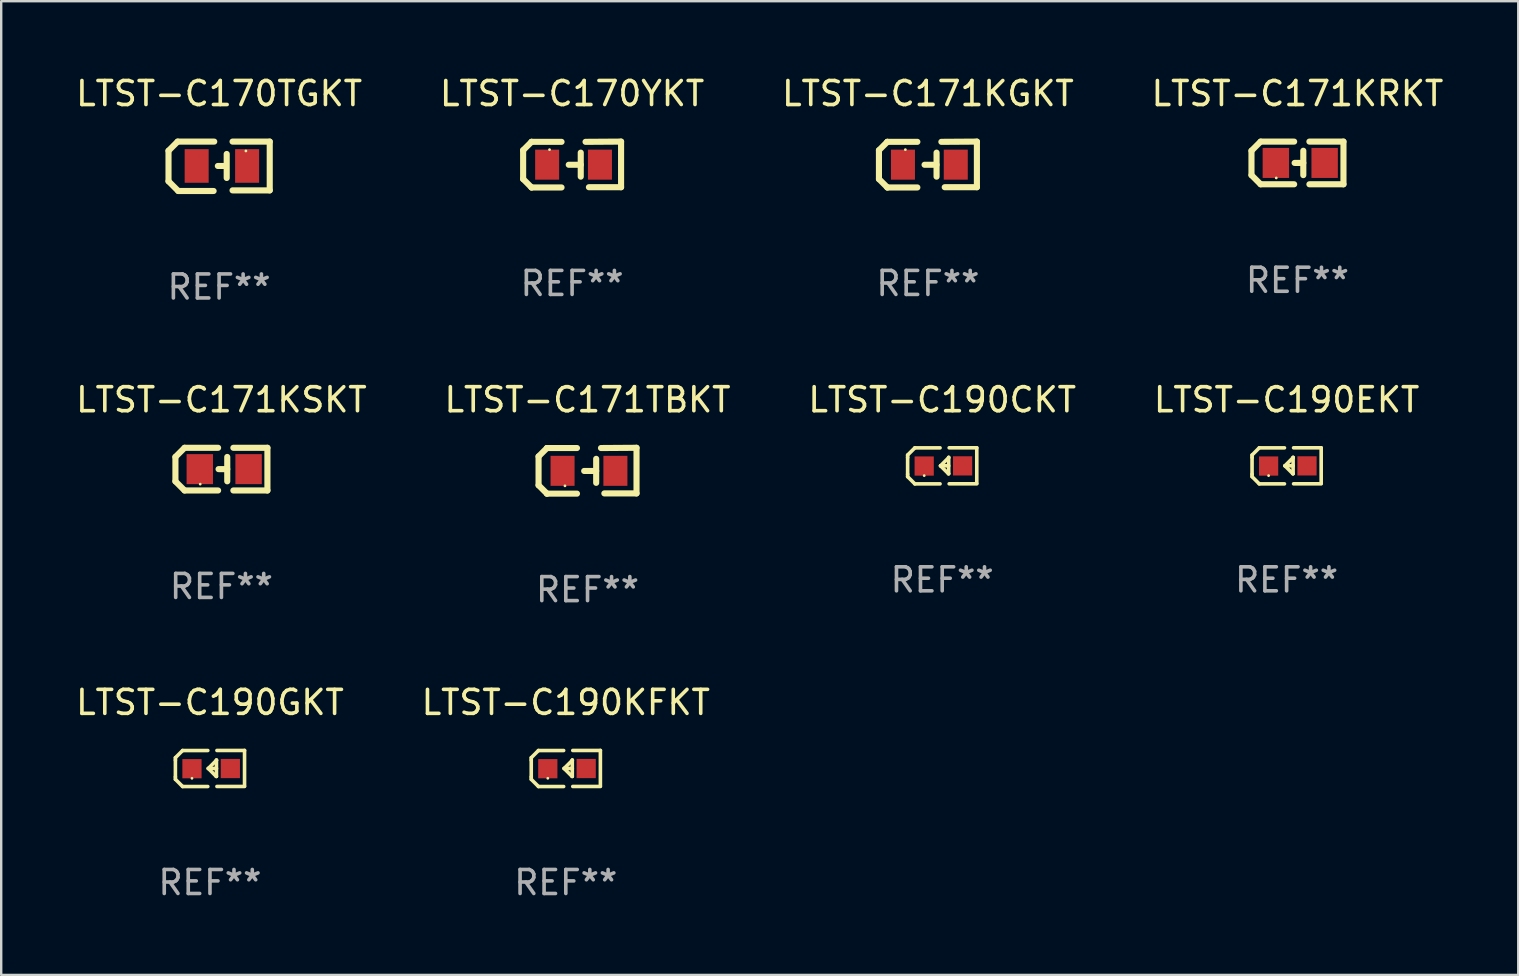
<source format=kicad_pcb>
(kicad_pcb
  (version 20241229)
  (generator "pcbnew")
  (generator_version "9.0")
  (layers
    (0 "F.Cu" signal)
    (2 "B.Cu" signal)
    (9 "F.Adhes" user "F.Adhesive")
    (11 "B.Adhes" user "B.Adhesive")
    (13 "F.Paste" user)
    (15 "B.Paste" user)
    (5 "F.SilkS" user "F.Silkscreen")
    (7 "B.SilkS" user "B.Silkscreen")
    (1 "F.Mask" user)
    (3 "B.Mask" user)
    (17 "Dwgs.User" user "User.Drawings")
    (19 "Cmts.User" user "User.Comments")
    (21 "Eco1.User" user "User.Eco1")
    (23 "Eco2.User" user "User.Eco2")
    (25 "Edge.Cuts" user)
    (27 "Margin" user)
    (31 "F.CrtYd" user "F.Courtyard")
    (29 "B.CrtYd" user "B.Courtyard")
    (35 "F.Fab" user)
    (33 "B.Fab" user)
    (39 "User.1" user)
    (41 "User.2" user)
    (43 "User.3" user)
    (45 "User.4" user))
  (footprint "LTST-C170TGKT"
    (layer "F.Cu")
    (at 6.077 3.877)
    (property "Reference" "LTST-C170TGKT" (at 0 -3.029 0) (layer "F.SilkS") (effects (font (size 1 1) (thickness 0.15))))
    (attr through_hole)
    (fp_line (start -2.108 -0.648) (end -1.727 -1.029) (stroke (width 0.254) (type solid)) (layer "F.SilkS"))
    (fp_line (start -2.108 0.622) (end -2.108 -0.648) (stroke (width 0.254) (type solid)) (layer "F.SilkS"))
    (fp_line (start -1.727 -1.029) (end -0.203 -1.029) (stroke (width 0.254) (type solid)) (layer "F.SilkS"))
    (fp_line (start -1.702 1.029) (end -2.108 0.622) (stroke (width 0.254) (type solid)) (layer "F.SilkS"))
    (fp_line (start -0.229 1.029) (end -1.702 1.029) (stroke (width 0.254) (type solid)) (layer "F.SilkS"))
    (fp_line (start 0.216 -0.014) (end -0.053 -0.014) (stroke (width 0.254) (type solid)) (layer "F.SilkS"))
    (fp_line (start 0.316 -0.514) (end 0.316 0.486) (stroke (width 0.254) (type solid)) (layer "F.SilkS"))
    (fp_line (start 0.559 1.003) (end 2.108 1.003) (stroke (width 0.254) (type solid)) (layer "F.SilkS"))
    (fp_line (start 2.108 -1.029) (end 0.559 -1.029) (stroke (width 0.254) (type solid)) (layer "F.SilkS"))
    (fp_line (start 2.108 1.003) (end 2.108 -1.029) (stroke (width 0.254) (type solid)) (layer "F.SilkS"))
    (fp_circle (center 1.116 -0.639) (end 1.146 -0.639) (stroke (width 0.06) (type solid)) (fill no) (layer "F.SilkS"))
    (fp_text user "REF**" (at 0 5.029 0) (layer "F.Fab") (effects (font (size 1 1) (thickness 0.15))))
    (pad "1" smd rect (at 1.166 -0.014 180) (size 1 1.4) (layers "F.Cu" "F.Mask" "F.Paste"))
    (pad "2" smd rect (at -0.935 -0.014 180) (size 1 1.4) (layers "F.Cu" "F.Mask" "F.Paste")))
  (footprint "LTST-C171KSKT"
    (layer "F.Cu")
    (at 6.173 16.491)
    (property "Reference" "LTST-C171KSKT" (at 0 -2.889 0) (layer "F.SilkS") (effects (font (size 1 1) (thickness 0.15))))
    (attr through_hole)
    (fp_line (start -1.916 -0.508) (end -1.535 -0.889) (stroke (width 0.254) (type solid)) (layer "F.SilkS"))
    (fp_line (start -1.916 0.508) (end -1.916 -0.508) (stroke (width 0.254) (type solid)) (layer "F.SilkS"))
    (fp_line (start -1.535 0.889) (end -1.916 0.508) (stroke (width 0.254) (type solid)) (layer "F.SilkS"))
    (fp_line (start -0.138 -0.889) (end -1.535 -0.889) (stroke (width 0.254) (type solid)) (layer "F.SilkS"))
    (fp_line (start -0.138 0.889) (end -1.535 0.889) (stroke (width 0.254) (type solid)) (layer "F.SilkS"))
    (fp_line (start 0.243 -0.001) (end -0.119 -0.000051) (stroke (width 0.254) (type solid)) (layer "F.SilkS"))
    (fp_line (start 0.243 0.508) (end 0.243 -0.508) (stroke (width 0.254) (type solid)) (layer "F.SilkS"))
    (fp_line (start 0.497 -0.889) (end 1.916 -0.889) (stroke (width 0.254) (type solid)) (layer "F.SilkS"))
    (fp_line (start 1.916 -0.889) (end 1.916 0.889) (stroke (width 0.254) (type solid)) (layer "F.SilkS"))
    (fp_line (start 1.916 0.889) (end 0.497 0.889) (stroke (width 0.254) (type solid)) (layer "F.SilkS"))
    (fp_circle (center -0.884 0.625) (end -0.854 0.625) (stroke (width 0.06) (type solid)) (fill no) (layer "F.SilkS"))
    (fp_text user "REF**" (at 0 4.889 0) (layer "F.Fab") (effects (font (size 1 1) (thickness 0.15))))
    (pad "1" smd rect (at -0.9 0) (size 1.1 1.25) (layers "F.Cu" "F.Mask" "F.Paste"))
    (pad "2" smd rect (at 1.132 0) (size 1.1 1.25) (layers "F.Cu" "F.Mask" "F.Paste")))
  (footprint "LTST-C171KGKT"
    (layer "F.Cu")
    (at 35.601 3.803)
    (property "Reference" "LTST-C171KGKT" (at 0 -2.955 0) (layer "F.SilkS") (effects (font (size 1 1) (thickness 0.15))))
    (attr through_hole)
    (fp_line (start -2.04 -0.595) (end -2.04 0.605) (stroke (width 0.254) (type solid)) (layer "F.SilkS"))
    (fp_line (start -1.69 -0.945) (end -1.69 -0.945) (stroke (width 0.254) (type solid)) (layer "F.SilkS"))
    (fp_line (start -1.69 -0.945) (end -2.04 -0.595) (stroke (width 0.254) (type solid)) (layer "F.SilkS"))
    (fp_line (start -1.69 0.955) (end -2.04 0.605) (stroke (width 0.254) (type solid)) (layer "F.SilkS"))
    (fp_line (start -1.69 0.955) (end -1.69 0.955) (stroke (width 0.254) (type solid)) (layer "F.SilkS"))
    (fp_line (start -0.44 -0.945) (end -1.69 -0.945) (stroke (width 0.254) (type solid)) (layer "F.SilkS"))
    (fp_line (start -0.44 0.955) (end -1.69 0.955) (stroke (width 0.254) (type solid)) (layer "F.SilkS"))
    (fp_line (start 0.36 -0.495) (end 0.36 0.505) (stroke (width 0.254) (type solid)) (layer "F.SilkS"))
    (fp_line (start 0.36 0.01) (end -0.14 0.01) (stroke (width 0.254) (type solid)) (layer "F.SilkS"))
    (fp_line (start 0.56 -0.945) (end 2.04 -0.955) (stroke (width 0.254) (type solid)) (layer "F.SilkS"))
    (fp_line (start 0.7 0.945) (end 2.04 0.945) (stroke (width 0.254) (type solid)) (layer "F.SilkS"))
    (fp_line (start 2.04 -0.955) (end 2.04 0.945) (stroke (width 0.254) (type solid)) (layer "F.SilkS"))
    (fp_circle (center -0.94 -0.62) (end -0.91 -0.62) (stroke (width 0.06) (type solid)) (fill no) (layer "F.SilkS"))
    (fp_text user "REF**" (at 0 4.955 0) (layer "F.Fab") (effects (font (size 1 1) (thickness 0.15))))
    (pad "1" smd rect (at -1.04 0.005 180) (size 1 1.25) (layers "F.Cu" "F.Mask" "F.Paste"))
    (pad "2" smd rect (at 1.16 0.005 180) (size 1 1.25) (layers "F.Cu" "F.Mask" "F.Paste")))
  (footprint "LTST-C171TBKT"
    (layer "F.Cu")
    (at 21.423 16.557)
    (property "Reference" "LTST-C171TBKT" (at 0 -2.955 0) (layer "F.SilkS") (effects (font (size 1 1) (thickness 0.15))))
    (attr through_hole)
    (fp_line (start -2.04 -0.595) (end -2.04 0.605) (stroke (width 0.254) (type solid)) (layer "F.SilkS"))
    (fp_line (start -1.69 -0.945) (end -1.69 -0.945) (stroke (width 0.254) (type solid)) (layer "F.SilkS"))
    (fp_line (start -1.69 -0.945) (end -2.04 -0.595) (stroke (width 0.254) (type solid)) (layer "F.SilkS"))
    (fp_line (start -1.69 0.955) (end -2.04 0.605) (stroke (width 0.254) (type solid)) (layer "F.SilkS"))
    (fp_line (start -1.69 0.955) (end -1.69 0.955) (stroke (width 0.254) (type solid)) (layer "F.SilkS"))
    (fp_line (start -0.44 -0.945) (end -1.69 -0.945) (stroke (width 0.254) (type solid)) (layer "F.SilkS"))
    (fp_line (start -0.44 0.955) (end -1.69 0.955) (stroke (width 0.254) (type solid)) (layer "F.SilkS"))
    (fp_line (start 0.36 -0.495) (end 0.36 0.505) (stroke (width 0.254) (type solid)) (layer "F.SilkS"))
    (fp_line (start 0.36 0.01) (end -0.14 0.01) (stroke (width 0.254) (type solid)) (layer "F.SilkS"))
    (fp_line (start 0.56 -0.945) (end 2.04 -0.955) (stroke (width 0.254) (type solid)) (layer "F.SilkS"))
    (fp_line (start 0.7 0.945) (end 2.04 0.945) (stroke (width 0.254) (type solid)) (layer "F.SilkS"))
    (fp_line (start 2.04 -0.955) (end 2.04 0.945) (stroke (width 0.254) (type solid)) (layer "F.SilkS"))
    (fp_circle (center -0.94 0.63) (end -0.91 0.63) (stroke (width 0.06) (type solid)) (fill no) (layer "F.SilkS"))
    (fp_text user "REF**" (at 0 4.955 0) (layer "F.Fab") (effects (font (size 1 1) (thickness 0.15))))
    (pad "1" smd rect (at -1.04 0.005 180) (size 1 1.25) (layers "F.Cu" "F.Mask" "F.Paste"))
    (pad "2" smd rect (at 1.16 0.005 180) (size 1 1.25) (layers "F.Cu" "F.Mask" "F.Paste")))
  (footprint "LTST-C190EKT"
    (layer "F.Cu")
    (at 50.542 16.353)
    (property "Reference" "LTST-C190EKT" (at 0 -2.751 0) (layer "F.SilkS") (effects (font (size 1 1) (thickness 0.15))))
    (attr through_hole)
    (fp_line (start -1.44 -0.449) (end -1.14 -0.749) (stroke (width 0.15) (type solid)) (layer "F.SilkS"))
    (fp_line (start -1.44 -0.349) (end -1.44 -0.449) (stroke (width 0.15) (type solid)) (layer "F.SilkS"))
    (fp_line (start -1.44 -0.349) (end -1.44 0.351) (stroke (width 0.15) (type solid)) (layer "F.SilkS"))
    (fp_line (start -1.44 0.351) (end -1.44 0.451) (stroke (width 0.15) (type solid)) (layer "F.SilkS"))
    (fp_line (start -1.44 0.451) (end -1.14 0.751) (stroke (width 0.15) (type solid)) (layer "F.SilkS"))
    (fp_line (start -0.09 -0.749) (end -1.14 -0.749) (stroke (width 0.15) (type solid)) (layer "F.SilkS"))
    (fp_line (start -0.09 0.751) (end -1.14 0.751) (stroke (width 0.15) (type solid)) (layer "F.SilkS"))
    (fp_line (start 0.26 0.329) (end -0.07 -0.001) (stroke (width 0.15) (type solid)) (layer "F.SilkS"))
    (fp_line (start 0.27 -0.351) (end 0.27 -0.341) (stroke (width 0.15) (type solid)) (layer "F.SilkS"))
    (fp_line (start 0.27 -0.351) (end 0.27 0.329) (stroke (width 0.15) (type solid)) (layer "F.SilkS"))
    (fp_line (start 0.27 -0.341) (end -0.07 -0.001) (stroke (width 0.15) (type solid)) (layer "F.SilkS"))
    (fp_line (start 0.27 -0.001) (end -0.07 -0.001) (stroke (width 0.15) (type solid)) (layer "F.SilkS"))
    (fp_line (start 0.27 0.329) (end 0.26 0.329) (stroke (width 0.15) (type solid)) (layer "F.SilkS"))
    (fp_line (start 0.29 -0.751) (end 1.44 -0.751) (stroke (width 0.15) (type solid)) (layer "F.SilkS"))
    (fp_line (start 0.29 0.749) (end 1.44 0.749) (stroke (width 0.15) (type solid)) (layer "F.SilkS"))
    (fp_line (start 1.44 -0.751) (end 1.44 0.729) (stroke (width 0.15) (type solid)) (layer "F.SilkS"))
    (fp_circle (center -0.75 0.409) (end -0.72 0.409) (stroke (width 0.06) (type solid)) (fill no) (layer "F.SilkS"))
    (fp_text user "REF**" (at 0 4.751 0) (layer "F.Fab") (effects (font (size 1 1) (thickness 0.15))))
    (pad "1" smd rect (at -0.75 0.009 90) (size 0.8 0.8) (layers "F.Cu" "F.Mask" "F.Paste"))
    (pad "2" smd rect (at 0.849 0.002 90) (size 0.8 0.8) (layers "F.Cu" "F.Mask" "F.Paste")))
  (footprint "LTST-C190KFKT"
    (layer "F.Cu")
    (at 20.518 28.96)
    (property "Reference" "LTST-C190KFKT" (at 0 -2.751 0) (layer "F.SilkS") (effects (font (size 1 1) (thickness 0.15))))
    (attr through_hole)
    (fp_line (start -1.44 -0.449) (end -1.14 -0.749) (stroke (width 0.15) (type solid)) (layer "F.SilkS"))
    (fp_line (start -1.44 -0.349) (end -1.44 -0.449) (stroke (width 0.15) (type solid)) (layer "F.SilkS"))
    (fp_line (start -1.44 -0.349) (end -1.44 0.351) (stroke (width 0.15) (type solid)) (layer "F.SilkS"))
    (fp_line (start -1.44 0.351) (end -1.44 0.451) (stroke (width 0.15) (type solid)) (layer "F.SilkS"))
    (fp_line (start -1.44 0.451) (end -1.14 0.751) (stroke (width 0.15) (type solid)) (layer "F.SilkS"))
    (fp_line (start -0.09 -0.749) (end -1.14 -0.749) (stroke (width 0.15) (type solid)) (layer "F.SilkS"))
    (fp_line (start -0.09 0.751) (end -1.14 0.751) (stroke (width 0.15) (type solid)) (layer "F.SilkS"))
    (fp_line (start 0.26 0.329) (end -0.07 -0.001) (stroke (width 0.15) (type solid)) (layer "F.SilkS"))
    (fp_line (start 0.27 -0.351) (end 0.27 -0.341) (stroke (width 0.15) (type solid)) (layer "F.SilkS"))
    (fp_line (start 0.27 -0.351) (end 0.27 0.329) (stroke (width 0.15) (type solid)) (layer "F.SilkS"))
    (fp_line (start 0.27 -0.341) (end -0.07 -0.001) (stroke (width 0.15) (type solid)) (layer "F.SilkS"))
    (fp_line (start 0.27 -0.001) (end -0.07 -0.001) (stroke (width 0.15) (type solid)) (layer "F.SilkS"))
    (fp_line (start 0.27 0.329) (end 0.26 0.329) (stroke (width 0.15) (type solid)) (layer "F.SilkS"))
    (fp_line (start 0.29 -0.751) (end 1.44 -0.751) (stroke (width 0.15) (type solid)) (layer "F.SilkS"))
    (fp_line (start 0.29 0.749) (end 1.44 0.749) (stroke (width 0.15) (type solid)) (layer "F.SilkS"))
    (fp_line (start 1.44 -0.751) (end 1.44 0.729) (stroke (width 0.15) (type solid)) (layer "F.SilkS"))
    (fp_circle (center -0.75 0.409) (end -0.72 0.409) (stroke (width 0.06) (type solid)) (fill no) (layer "F.SilkS"))
    (fp_text user "REF**" (at 0 4.751 0) (layer "F.Fab") (effects (font (size 1 1) (thickness 0.15))))
    (pad "1" smd rect (at -0.75 0.009 90) (size 0.8 0.8) (layers "F.Cu" "F.Mask" "F.Paste"))
    (pad "2" smd rect (at 0.849 0.002 90) (size 0.8 0.8) (layers "F.Cu" "F.Mask" "F.Paste")))
  (footprint "LTST-C190GKT"
    (layer "F.Cu")
    (at 5.696 28.96)
    (property "Reference" "LTST-C190GKT" (at 0 -2.751 0) (layer "F.SilkS") (effects (font (size 1 1) (thickness 0.15))))
    (attr through_hole)
    (fp_line (start -1.44 -0.449) (end -1.14 -0.749) (stroke (width 0.15) (type solid)) (layer "F.SilkS"))
    (fp_line (start -1.44 -0.349) (end -1.44 -0.449) (stroke (width 0.15) (type solid)) (layer "F.SilkS"))
    (fp_line (start -1.44 -0.349) (end -1.44 0.351) (stroke (width 0.15) (type solid)) (layer "F.SilkS"))
    (fp_line (start -1.44 0.351) (end -1.44 0.451) (stroke (width 0.15) (type solid)) (layer "F.SilkS"))
    (fp_line (start -1.44 0.451) (end -1.14 0.751) (stroke (width 0.15) (type solid)) (layer "F.SilkS"))
    (fp_line (start -0.09 -0.749) (end -1.14 -0.749) (stroke (width 0.15) (type solid)) (layer "F.SilkS"))
    (fp_line (start -0.09 0.751) (end -1.14 0.751) (stroke (width 0.15) (type solid)) (layer "F.SilkS"))
    (fp_line (start 0.26 0.329) (end -0.07 -0.001) (stroke (width 0.15) (type solid)) (layer "F.SilkS"))
    (fp_line (start 0.27 -0.351) (end 0.27 -0.341) (stroke (width 0.15) (type solid)) (layer "F.SilkS"))
    (fp_line (start 0.27 -0.351) (end 0.27 0.329) (stroke (width 0.15) (type solid)) (layer "F.SilkS"))
    (fp_line (start 0.27 -0.341) (end -0.07 -0.001) (stroke (width 0.15) (type solid)) (layer "F.SilkS"))
    (fp_line (start 0.27 -0.001) (end -0.07 -0.001) (stroke (width 0.15) (type solid)) (layer "F.SilkS"))
    (fp_line (start 0.27 0.329) (end 0.26 0.329) (stroke (width 0.15) (type solid)) (layer "F.SilkS"))
    (fp_line (start 0.29 -0.751) (end 1.44 -0.751) (stroke (width 0.15) (type solid)) (layer "F.SilkS"))
    (fp_line (start 0.29 0.749) (end 1.44 0.749) (stroke (width 0.15) (type solid)) (layer "F.SilkS"))
    (fp_line (start 1.44 -0.751) (end 1.44 0.729) (stroke (width 0.15) (type solid)) (layer "F.SilkS"))
    (fp_circle (center -0.75 0.409) (end -0.72 0.409) (stroke (width 0.06) (type solid)) (fill no) (layer "F.SilkS"))
    (fp_text user "REF**" (at 0 4.751 0) (layer "F.Fab") (effects (font (size 1 1) (thickness 0.15))))
    (pad "1" smd rect (at -0.75 0.009 90) (size 0.8 0.8) (layers "F.Cu" "F.Mask" "F.Paste"))
    (pad "2" smd rect (at 0.849 0.002 90) (size 0.8 0.8) (layers "F.Cu" "F.Mask" "F.Paste")))
  (footprint "LTST-C171KRKT"
    (layer "F.Cu")
    (at 50.994 3.737)
    (property "Reference" "LTST-C171KRKT" (at 0 -2.889 0) (layer "F.SilkS") (effects (font (size 1 1) (thickness 0.15))))
    (attr through_hole)
    (fp_line (start -1.916 -0.508) (end -1.535 -0.889) (stroke (width 0.254) (type solid)) (layer "F.SilkS"))
    (fp_line (start -1.916 0.508) (end -1.916 -0.508) (stroke (width 0.254) (type solid)) (layer "F.SilkS"))
    (fp_line (start -1.535 0.889) (end -1.916 0.508) (stroke (width 0.254) (type solid)) (layer "F.SilkS"))
    (fp_line (start -0.138 -0.889) (end -1.535 -0.889) (stroke (width 0.254) (type solid)) (layer "F.SilkS"))
    (fp_line (start -0.138 0.889) (end -1.535 0.889) (stroke (width 0.254) (type solid)) (layer "F.SilkS"))
    (fp_line (start 0.243 -0.001) (end -0.119 -0.000051) (stroke (width 0.254) (type solid)) (layer "F.SilkS"))
    (fp_line (start 0.243 0.508) (end 0.243 -0.508) (stroke (width 0.254) (type solid)) (layer "F.SilkS"))
    (fp_line (start 0.497 -0.889) (end 1.916 -0.889) (stroke (width 0.254) (type solid)) (layer "F.SilkS"))
    (fp_line (start 1.916 -0.889) (end 1.916 0.889) (stroke (width 0.254) (type solid)) (layer "F.SilkS"))
    (fp_line (start 1.916 0.889) (end 0.497 0.889) (stroke (width 0.254) (type solid)) (layer "F.SilkS"))
    (fp_circle (center -0.884 0.625) (end -0.854 0.625) (stroke (width 0.06) (type solid)) (fill no) (layer "F.SilkS"))
    (fp_text user "REF**" (at 0 4.889 0) (layer "F.Fab") (effects (font (size 1 1) (thickness 0.15))))
    (pad "1" smd rect (at -0.9 -0.000076) (size 1.1 1.25) (layers "F.Cu" "F.Mask" "F.Paste"))
    (pad "2" smd rect (at 1.132 -0.000076) (size 1.1 1.25) (layers "F.Cu" "F.Mask" "F.Paste")))
  (footprint "LTST-C170YKT"
    (layer "F.Cu")
    (at 20.78 3.803)
    (property "Reference" "LTST-C170YKT" (at 0 -2.955 0) (layer "F.SilkS") (effects (font (size 1 1) (thickness 0.15))))
    (attr through_hole)
    (fp_line (start -2.04 -0.595) (end -2.04 0.605) (stroke (width 0.254) (type solid)) (layer "F.SilkS"))
    (fp_line (start -1.69 -0.945) (end -1.69 -0.945) (stroke (width 0.254) (type solid)) (layer "F.SilkS"))
    (fp_line (start -1.69 -0.945) (end -2.04 -0.595) (stroke (width 0.254) (type solid)) (layer "F.SilkS"))
    (fp_line (start -1.69 0.955) (end -2.04 0.605) (stroke (width 0.254) (type solid)) (layer "F.SilkS"))
    (fp_line (start -1.69 0.955) (end -1.69 0.955) (stroke (width 0.254) (type solid)) (layer "F.SilkS"))
    (fp_line (start -0.44 -0.945) (end -1.69 -0.945) (stroke (width 0.254) (type solid)) (layer "F.SilkS"))
    (fp_line (start -0.44 0.955) (end -1.69 0.955) (stroke (width 0.254) (type solid)) (layer "F.SilkS"))
    (fp_line (start 0.36 -0.495) (end 0.36 0.505) (stroke (width 0.254) (type solid)) (layer "F.SilkS"))
    (fp_line (start 0.36 0.01) (end -0.14 0.01) (stroke (width 0.254) (type solid)) (layer "F.SilkS"))
    (fp_line (start 0.56 -0.945) (end 2.04 -0.955) (stroke (width 0.254) (type solid)) (layer "F.SilkS"))
    (fp_line (start 0.7 0.945) (end 2.04 0.945) (stroke (width 0.254) (type solid)) (layer "F.SilkS"))
    (fp_line (start 2.04 -0.955) (end 2.04 0.945) (stroke (width 0.254) (type solid)) (layer "F.SilkS"))
    (fp_circle (center -0.94 -0.62) (end -0.91 -0.62) (stroke (width 0.06) (type solid)) (fill no) (layer "F.SilkS"))
    (fp_text user "REF**" (at 0 4.955 0) (layer "F.Fab") (effects (font (size 1 1) (thickness 0.15))))
    (pad "1" smd rect (at -1.04 0.005 180) (size 1 1.25) (layers "F.Cu" "F.Mask" "F.Paste"))
    (pad "2" smd rect (at 1.16 0.005 180) (size 1 1.25) (layers "F.Cu" "F.Mask" "F.Paste")))
  (footprint "LTST-C190CKT"
    (layer "F.Cu")
    (at 36.196 16.353)
    (property "Reference" "LTST-C190CKT" (at 0 -2.751 0) (layer "F.SilkS") (effects (font (size 1 1) (thickness 0.15))))
    (attr through_hole)
    (fp_line (start -1.44 -0.449) (end -1.14 -0.749) (stroke (width 0.15) (type solid)) (layer "F.SilkS"))
    (fp_line (start -1.44 -0.349) (end -1.44 -0.449) (stroke (width 0.15) (type solid)) (layer "F.SilkS"))
    (fp_line (start -1.44 -0.349) (end -1.44 0.351) (stroke (width 0.15) (type solid)) (layer "F.SilkS"))
    (fp_line (start -1.44 0.351) (end -1.44 0.451) (stroke (width 0.15) (type solid)) (layer "F.SilkS"))
    (fp_line (start -1.44 0.451) (end -1.14 0.751) (stroke (width 0.15) (type solid)) (layer "F.SilkS"))
    (fp_line (start -0.09 -0.749) (end -1.14 -0.749) (stroke (width 0.15) (type solid)) (layer "F.SilkS"))
    (fp_line (start -0.09 0.751) (end -1.14 0.751) (stroke (width 0.15) (type solid)) (layer "F.SilkS"))
    (fp_line (start 0.26 0.329) (end -0.07 -0.001) (stroke (width 0.15) (type solid)) (layer "F.SilkS"))
    (fp_line (start 0.27 -0.351) (end 0.27 -0.341) (stroke (width 0.15) (type solid)) (layer "F.SilkS"))
    (fp_line (start 0.27 -0.351) (end 0.27 0.329) (stroke (width 0.15) (type solid)) (layer "F.SilkS"))
    (fp_line (start 0.27 -0.341) (end -0.07 -0.001) (stroke (width 0.15) (type solid)) (layer "F.SilkS"))
    (fp_line (start 0.27 -0.001) (end -0.07 -0.001) (stroke (width 0.15) (type solid)) (layer "F.SilkS"))
    (fp_line (start 0.27 0.329) (end 0.26 0.329) (stroke (width 0.15) (type solid)) (layer "F.SilkS"))
    (fp_line (start 0.29 -0.751) (end 1.44 -0.751) (stroke (width 0.15) (type solid)) (layer "F.SilkS"))
    (fp_line (start 0.29 0.749) (end 1.44 0.749) (stroke (width 0.15) (type solid)) (layer "F.SilkS"))
    (fp_line (start 1.44 -0.751) (end 1.44 0.729) (stroke (width 0.15) (type solid)) (layer "F.SilkS"))
    (fp_circle (center -0.75 0.409) (end -0.72 0.409) (stroke (width 0.06) (type solid)) (fill no) (layer "F.SilkS"))
    (fp_text user "REF**" (at 0 4.751 0) (layer "F.Fab") (effects (font (size 1 1) (thickness 0.15))))
    (pad "1" smd rect (at -0.75 0.009 90) (size 0.8 0.8) (layers "F.Cu" "F.Mask" "F.Paste"))
    (pad "2" smd rect (at 0.849 0.002 90) (size 0.8 0.8) (layers "F.Cu" "F.Mask" "F.Paste")))
  (gr_rect
    (start -3 -3)
    (end 60.19 37.559)
    (stroke (width 0.1) (type default))
    (fill no)
    (layer "Edge.Cuts")))
</source>
